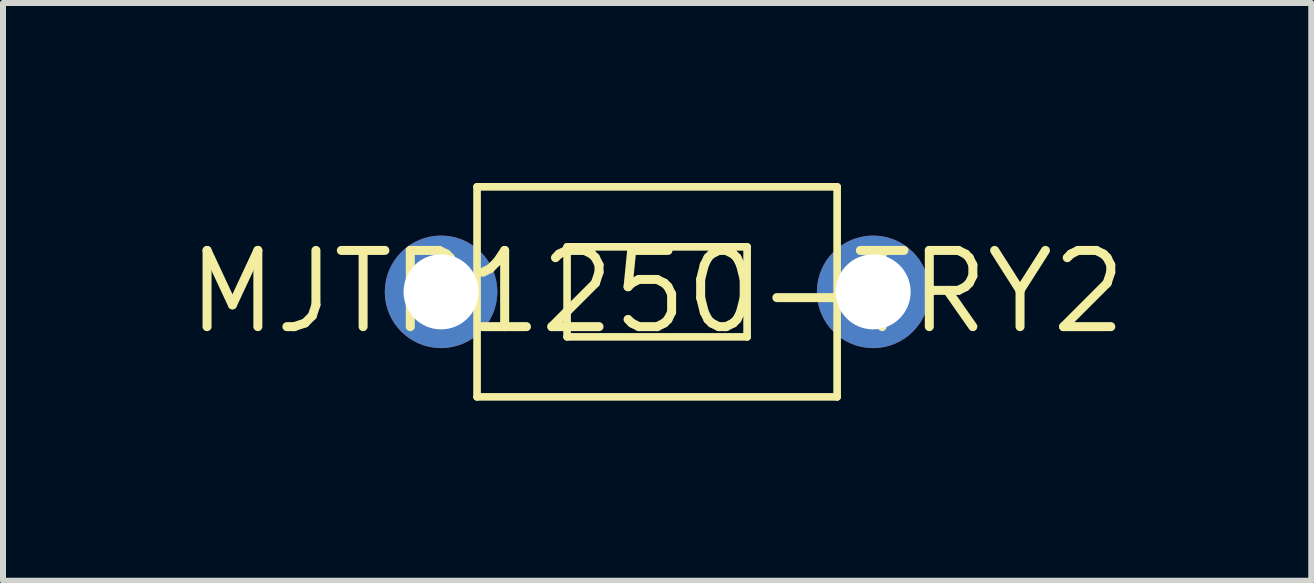
<source format=kicad_pcb>
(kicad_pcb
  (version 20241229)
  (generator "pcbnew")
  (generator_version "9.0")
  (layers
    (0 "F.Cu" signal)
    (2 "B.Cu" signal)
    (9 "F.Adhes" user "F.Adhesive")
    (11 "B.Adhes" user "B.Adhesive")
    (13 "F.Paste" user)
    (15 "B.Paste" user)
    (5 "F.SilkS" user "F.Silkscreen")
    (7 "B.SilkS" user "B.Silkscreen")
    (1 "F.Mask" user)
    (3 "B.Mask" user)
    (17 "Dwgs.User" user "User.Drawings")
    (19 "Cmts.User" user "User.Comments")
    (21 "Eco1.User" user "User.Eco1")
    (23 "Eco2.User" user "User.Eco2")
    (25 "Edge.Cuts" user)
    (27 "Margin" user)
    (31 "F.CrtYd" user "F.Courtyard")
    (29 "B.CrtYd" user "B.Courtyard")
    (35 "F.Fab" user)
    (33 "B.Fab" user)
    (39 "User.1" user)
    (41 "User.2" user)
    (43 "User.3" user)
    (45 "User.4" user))
  (footprint "MJTP1250-TRY2"
    (layer "F.Cu")
    (at 7.899 1.813)
    (property "Reference" "MJTP1250-TRY2" (at 0 0 0) (layer "F.SilkS") (effects (font (size 1.27 1.27) (thickness 0.15))))
    (fp_line (start -3 -1.75) (end 3 -1.75) (stroke (width 0.127) (type solid)) (layer "F.SilkS"))
    (fp_line (start -3 1.75) (end -3 -1.75) (stroke (width 0.127) (type solid)) (layer "F.SilkS"))
    (fp_line (start -1.5 -0.75) (end -1.5 0.75) (stroke (width 0.127) (type solid)) (layer "F.SilkS"))
    (fp_line (start -1.5 -0.75) (end 1.5 -0.75) (stroke (width 0.127) (type solid)) (layer "F.SilkS"))
    (fp_line (start -1.5 0.75) (end 1.5 0.75) (stroke (width 0.127) (type solid)) (layer "F.SilkS"))
    (fp_line (start 1.5 -0.75) (end 1.5 0.75) (stroke (width 0.127) (type solid)) (layer "F.SilkS"))
    (fp_line (start 3 -1.75) (end 3 1.75) (stroke (width 0.127) (type solid)) (layer "F.SilkS"))
    (fp_line (start 3 1.75) (end -3 1.75) (stroke (width 0.127) (type solid)) (layer "F.SilkS"))
    (pad "P$1" thru_hole circle (at -3.6 0) (size 1.875 1.875) (drill 1.25) (layers "*.Cu" "*.Mask"))
    (pad "P$2" thru_hole circle (at 3.6 0) (size 1.875 1.875) (drill 1.25) (layers "*.Cu" "*.Mask")))
  (gr_rect
    (start -3 -3)
    (end 18.799 6.627)
    (stroke (width 0.1) (type default))
    (fill no)
    (layer "Edge.Cuts")))
</source>
